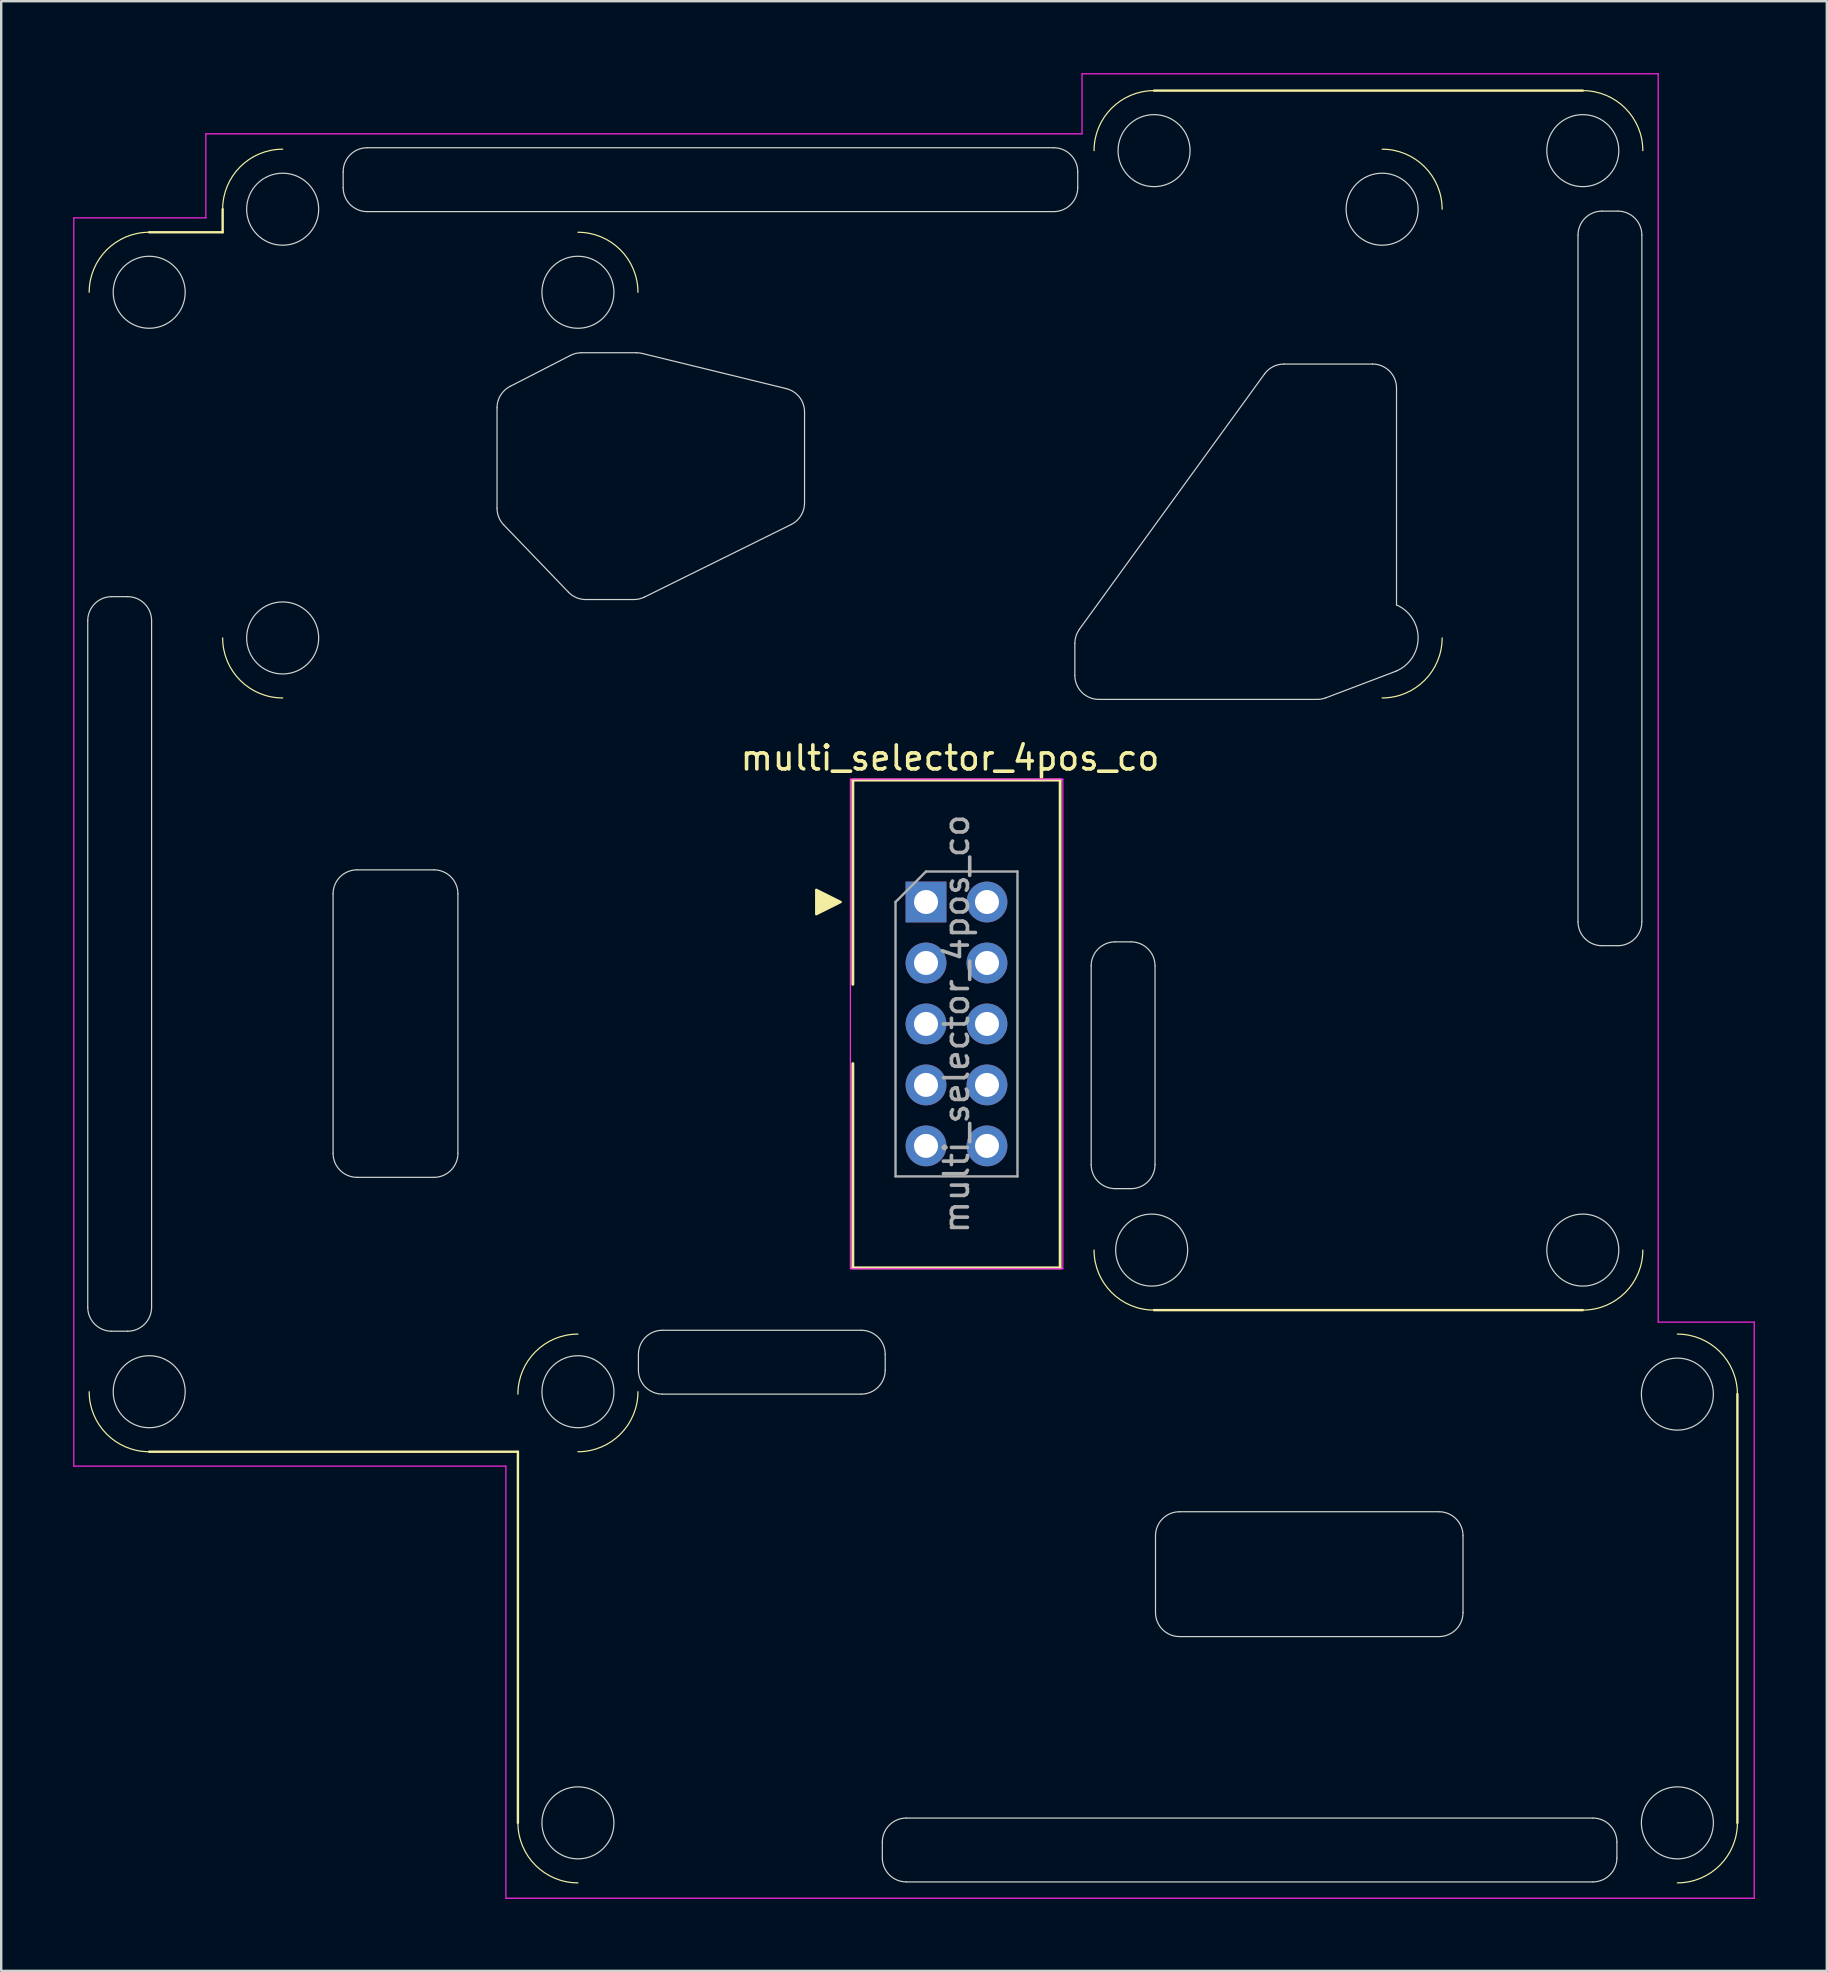
<source format=kicad_pcb>
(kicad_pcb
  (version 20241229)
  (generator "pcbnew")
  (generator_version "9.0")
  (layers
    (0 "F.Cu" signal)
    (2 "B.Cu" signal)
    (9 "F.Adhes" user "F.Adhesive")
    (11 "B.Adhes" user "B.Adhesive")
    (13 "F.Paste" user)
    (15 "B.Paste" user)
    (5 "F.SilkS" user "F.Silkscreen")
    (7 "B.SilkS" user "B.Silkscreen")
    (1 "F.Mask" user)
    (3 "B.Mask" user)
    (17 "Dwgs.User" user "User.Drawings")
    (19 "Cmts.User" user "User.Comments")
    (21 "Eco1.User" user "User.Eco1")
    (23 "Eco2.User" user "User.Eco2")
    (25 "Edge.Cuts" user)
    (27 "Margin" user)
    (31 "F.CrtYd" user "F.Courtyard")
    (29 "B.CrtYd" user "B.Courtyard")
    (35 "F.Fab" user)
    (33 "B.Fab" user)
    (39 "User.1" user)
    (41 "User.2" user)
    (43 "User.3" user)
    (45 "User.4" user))
  (footprint "multi_selector_4pos_co"
    (layer "F.Cu")
    (at 35.525 34.525)
    (property "Reference" "multi_selector_4pos_co" (at 1 -6 0) (layer "F.SilkS") (effects (font (size 1 1) (thickness 0.15))))
    (attr through_hole)
    (fp_line (start -32.36 -27.9) (end -29.3 -27.9) (stroke (width 0.1) (type default)) (layer "F.SilkS"))
    (fp_line (start -32.36 22.9) (end -17 22.9) (stroke (width 0.1) (type default)) (layer "F.SilkS"))
    (fp_line (start -29.3 -27.9) (end -29.3 -28.86) (stroke (width 0.1) (type default)) (layer "F.SilkS"))
    (fp_line (start -17 22.9) (end -17 38.36) (stroke (width 0.1) (type default)) (layer "F.SilkS"))
    (fp_line (start -3.048 -5.08) (end 5.588 -5.08) (stroke (width 0.12) (type solid)) (layer "F.SilkS"))
    (fp_line (start -3.048 3.429) (end -3.048 -5.08) (stroke (width 0.12) (type solid)) (layer "F.SilkS"))
    (fp_line (start -3.048 6.731) (end -3.048 15.24) (stroke (width 0.12) (type solid)) (layer "F.SilkS"))
    (fp_line (start -3.048 15.24) (end 5.588 15.24) (stroke (width 0.12) (type solid)) (layer "F.SilkS"))
    (fp_line (start 5.588 -5.08) (end 5.588 15.24) (stroke (width 0.12) (type solid)) (layer "F.SilkS"))
    (fp_line (start 9.5 -33.8) (end 27.36 -33.8) (stroke (width 0.1) (type default)) (layer "F.SilkS"))
    (fp_line (start 9.5 17) (end 27.36 17) (stroke (width 0.1) (type default)) (layer "F.SilkS"))
    (fp_line (start 33.8 20.5) (end 33.8 38.36) (stroke (width 0.1) (type default)) (layer "F.SilkS"))
    (fp_arc (start -34.86 -25.4) (mid -34.127767 -27.167767) (end -32.36 -27.9) (stroke (width 0.05) (type solid)) (layer "F.SilkS"))
    (fp_arc (start -32.36 22.9) (mid -34.127767 22.167767) (end -34.86 20.4) (stroke (width 0.05) (type solid)) (layer "F.SilkS"))
    (fp_arc (start -29.3 -28.86) (mid -28.567767 -30.627767) (end -26.8 -31.36) (stroke (width 0.05) (type solid)) (layer "F.SilkS"))
    (fp_arc (start -26.8 -8.5) (mid -28.567767 -9.232233) (end -29.3 -11) (stroke (width 0.05) (type solid)) (layer "F.SilkS"))
    (fp_arc (start -17 20.5) (mid -16.267767 18.732233) (end -14.5 18) (stroke (width 0.05) (type solid)) (layer "F.SilkS"))
    (fp_arc (start -14.5 -27.9) (mid -12.732233 -27.167767) (end -12 -25.4) (stroke (width 0.05) (type solid)) (layer "F.SilkS"))
    (fp_arc (start -14.5 40.86) (mid -16.267767 40.127767) (end -17 38.36) (stroke (width 0.05) (type solid)) (layer "F.SilkS"))
    (fp_arc (start -12 20.4) (mid -12.732233 22.167767) (end -14.5 22.9) (stroke (width 0.05) (type solid)) (layer "F.SilkS"))
    (fp_arc (start 7 -31.3) (mid 7.732233 -33.067767) (end 9.5 -33.8) (stroke (width 0.05) (type solid)) (layer "F.SilkS"))
    (fp_arc (start 9.5 17) (mid 7.732233 16.267767) (end 7 14.5) (stroke (width 0.05) (type solid)) (layer "F.SilkS"))
    (fp_arc (start 19 -31.36) (mid 20.767767 -30.627767) (end 21.5 -28.86) (stroke (width 0.05) (type solid)) (layer "F.SilkS"))
    (fp_arc (start 21.5 -11) (mid 20.767767 -9.232233) (end 19 -8.5) (stroke (width 0.05) (type solid)) (layer "F.SilkS"))
    (fp_arc (start 27.36 -33.8) (mid 29.127767 -33.067767) (end 29.86 -31.3) (stroke (width 0.05) (type solid)) (layer "F.SilkS"))
    (fp_arc (start 29.86 14.5) (mid 29.127767 16.267767) (end 27.36 17) (stroke (width 0.05) (type solid)) (layer "F.SilkS"))
    (fp_arc (start 31.3 18) (mid 33.067767 18.732233) (end 33.8 20.5) (stroke (width 0.05) (type solid)) (layer "F.SilkS"))
    (fp_arc (start 33.8 38.36) (mid 33.067767 40.127767) (end 31.3 40.86) (stroke (width 0.05) (type solid)) (layer "F.SilkS"))
    (fp_poly (pts (xy -3.556 0) (xy -4.572 -0.508) (xy -4.572 0.508)) (stroke (width 0.1) (type solid)) (fill yes) (layer "F.SilkS"))
    (fp_line (start -34.92 16.88) (end -34.92 -11.72) (stroke (width 0.05) (type default)) (layer "Edge.Cuts"))
    (fp_line (start -33.92 -12.72) (end -33.26 -12.72) (stroke (width 0.05) (type default)) (layer "Edge.Cuts"))
    (fp_line (start -33.26 17.88) (end -33.92 17.88) (stroke (width 0.05) (type default)) (layer "Edge.Cuts"))
    (fp_line (start -32.26 -11.72) (end -32.26 16.88) (stroke (width 0.05) (type default)) (layer "Edge.Cuts"))
    (fp_line (start -24.7 10.47) (end -24.7 -0.34) (stroke (width 0.05) (type default)) (layer "Edge.Cuts"))
    (fp_line (start -24.28 -29.76) (end -24.28 -30.42) (stroke (width 0.05) (type default)) (layer "Edge.Cuts"))
    (fp_line (start -23.7 -1.34) (end -20.5 -1.34) (stroke (width 0.05) (type default)) (layer "Edge.Cuts"))
    (fp_line (start -23.28 -31.42) (end 5.32 -31.42) (stroke (width 0.05) (type default)) (layer "Edge.Cuts"))
    (fp_line (start -20.5 11.47) (end -23.7 11.47) (stroke (width 0.05) (type default)) (layer "Edge.Cuts"))
    (fp_line (start -19.5 -0.34) (end -19.5 10.47) (stroke (width 0.05) (type default)) (layer "Edge.Cuts"))
    (fp_line (start -17.87 -16.403) (end -17.87 -20.59) (stroke (width 0.05) (type default)) (layer "Edge.Cuts"))
    (fp_line (start -17.591 -15.71) (end -14.895 -12.907) (stroke (width 0.05) (type default)) (layer "Edge.Cuts"))
    (fp_line (start -17.327 -21.479) (end -14.815 -22.769) (stroke (width 0.05) (type default)) (layer "Edge.Cuts"))
    (fp_line (start -14.358 -22.88) (end -12.06 -22.88) (stroke (width 0.05) (type default)) (layer "Edge.Cuts"))
    (fp_line (start -12.174 -12.6) (end -14.174 -12.6) (stroke (width 0.05) (type default)) (layer "Edge.Cuts"))
    (fp_line (start -11.98 19.5) (end -11.98 18.84) (stroke (width 0.05) (type default)) (layer "Edge.Cuts"))
    (fp_line (start -11.823 -22.851) (end -5.823 -21.386) (stroke (width 0.05) (type default)) (layer "Edge.Cuts"))
    (fp_line (start -11.731 -12.703) (end -5.617 -15.725) (stroke (width 0.05) (type default)) (layer "Edge.Cuts"))
    (fp_line (start -10.98 17.84) (end -2.7 17.84) (stroke (width 0.05) (type default)) (layer "Edge.Cuts"))
    (fp_line (start -5.06 -20.415) (end -5.06 -16.621) (stroke (width 0.05) (type default)) (layer "Edge.Cuts"))
    (fp_line (start -2.7 20.5) (end -10.98 20.5) (stroke (width 0.05) (type default)) (layer "Edge.Cuts"))
    (fp_line (start -1.82 39.82) (end -1.82 39.16) (stroke (width 0.05) (type default)) (layer "Edge.Cuts"))
    (fp_line (start -1.7 18.84) (end -1.7 19.5) (stroke (width 0.05) (type default)) (layer "Edge.Cuts"))
    (fp_line (start -0.82 38.16) (end 27.78 38.16) (stroke (width 0.05) (type default)) (layer "Edge.Cuts"))
    (fp_line (start 5.32 -28.76) (end -23.28 -28.76) (stroke (width 0.05) (type default)) (layer "Edge.Cuts"))
    (fp_line (start 6.2 -9.44) (end 6.2 -10.776) (stroke (width 0.05) (type default)) (layer "Edge.Cuts"))
    (fp_line (start 6.32 -30.42) (end 6.32 -29.76) (stroke (width 0.05) (type default)) (layer "Edge.Cuts"))
    (fp_line (start 6.88 10.94) (end 6.88 2.66) (stroke (width 0.05) (type default)) (layer "Edge.Cuts"))
    (fp_line (start 7.88 1.66) (end 8.54 1.66) (stroke (width 0.05) (type default)) (layer "Edge.Cuts"))
    (fp_line (start 8.54 11.94) (end 7.88 11.94) (stroke (width 0.05) (type default)) (layer "Edge.Cuts"))
    (fp_line (start 9.54 2.66) (end 9.54 10.94) (stroke (width 0.05) (type default)) (layer "Edge.Cuts"))
    (fp_line (start 9.56 29.6) (end 9.56 26.4) (stroke (width 0.05) (type default)) (layer "Edge.Cuts"))
    (fp_line (start 10.56 25.4) (end 21.37 25.4) (stroke (width 0.05) (type default)) (layer "Edge.Cuts"))
    (fp_line (start 14.101 -21.997) (end 6.39 -11.363) (stroke (width 0.05) (type default)) (layer "Edge.Cuts"))
    (fp_line (start 14.91 -22.41) (end 18.6 -22.41) (stroke (width 0.05) (type default)) (layer "Edge.Cuts"))
    (fp_line (start 16.297 -8.44) (end 7.2 -8.44) (stroke (width 0.05) (type default)) (layer "Edge.Cuts"))
    (fp_line (start 16.652 -8.505) (end 19.591 -9.621) (stroke (width 0.05) (type default)) (layer "Edge.Cuts"))
    (fp_line (start 19.6 -21.41) (end 19.6 -12.375) (stroke (width 0.05) (type default)) (layer "Edge.Cuts"))
    (fp_line (start 21.37 30.6) (end 10.56 30.6) (stroke (width 0.05) (type default)) (layer "Edge.Cuts"))
    (fp_line (start 22.37 26.4) (end 22.37 29.6) (stroke (width 0.05) (type default)) (layer "Edge.Cuts"))
    (fp_line (start 27.16 0.82) (end 27.16 -27.78) (stroke (width 0.05) (type default)) (layer "Edge.Cuts"))
    (fp_line (start 27.78 40.82) (end -0.82 40.82) (stroke (width 0.05) (type default)) (layer "Edge.Cuts"))
    (fp_line (start 28.16 -28.78) (end 28.82 -28.78) (stroke (width 0.05) (type default)) (layer "Edge.Cuts"))
    (fp_line (start 28.78 39.16) (end 28.78 39.82) (stroke (width 0.05) (type default)) (layer "Edge.Cuts"))
    (fp_line (start 28.82 1.82) (end 28.16 1.82) (stroke (width 0.05) (type default)) (layer "Edge.Cuts"))
    (fp_line (start 29.82 -27.78) (end 29.82 0.82) (stroke (width 0.05) (type default)) (layer "Edge.Cuts"))
    (fp_arc (start -34.92 -11.72) (mid -34.627107 -12.427107) (end -33.92 -12.72) (stroke (width 0.05) (type default)) (layer "Edge.Cuts"))
    (fp_arc (start -33.92 17.88) (mid -34.627107 17.587107) (end -34.92 16.88) (stroke (width 0.05) (type default)) (layer "Edge.Cuts"))
    (fp_arc (start -33.26 -12.72) (mid -32.552893 -12.427107) (end -32.26 -11.72) (stroke (width 0.05) (type default)) (layer "Edge.Cuts"))
    (fp_arc (start -32.26 16.88) (mid -32.552893 17.587107) (end -33.26 17.88) (stroke (width 0.05) (type default)) (layer "Edge.Cuts"))
    (fp_arc (start -24.7 -0.34) (mid -24.407107 -1.047107) (end -23.7 -1.34) (stroke (width 0.05) (type default)) (layer "Edge.Cuts"))
    (fp_arc (start -24.28 -30.42) (mid -23.987107 -31.127107) (end -23.28 -31.42) (stroke (width 0.05) (type default)) (layer "Edge.Cuts"))
    (fp_arc (start -23.7 11.47) (mid -24.407107 11.177107) (end -24.7 10.47) (stroke (width 0.05) (type default)) (layer "Edge.Cuts"))
    (fp_arc (start -23.28 -28.76) (mid -23.987107 -29.052893) (end -24.28 -29.76) (stroke (width 0.05) (type default)) (layer "Edge.Cuts"))
    (fp_arc (start -20.5 -1.34) (mid -19.792893 -1.047107) (end -19.5 -0.34) (stroke (width 0.05) (type default)) (layer "Edge.Cuts"))
    (fp_arc (start -19.5 10.47) (mid -19.792893 11.177107) (end -20.5 11.47) (stroke (width 0.05) (type default)) (layer "Edge.Cuts"))
    (fp_arc (start -17.87 -20.589506) (mid -17.723516 -21.110573) (end -17.326979 -21.478983) (stroke (width 0.05) (type default)) (layer "Edge.Cuts"))
    (fp_arc (start -17.590751 -15.70965) (mid -17.797564 -16.02918) (end -17.87 -16.402843) (stroke (width 0.05) (type default)) (layer "Edge.Cuts"))
    (fp_arc (start -14.815124 -22.769477) (mid -14.593222 -22.851977) (end -14.358145 -22.88) (stroke (width 0.05) (type default)) (layer "Edge.Cuts"))
    (fp_arc (start -14.174324 -12.6) (mid -14.565992 -12.679893) (end -14.895076 -12.906807) (stroke (width 0.05) (type default)) (layer "Edge.Cuts"))
    (fp_arc (start -12.060325 -22.88) (mid -11.940861 -22.872839) (end -11.823109 -22.851457) (stroke (width 0.05) (type default)) (layer "Edge.Cuts"))
    (fp_arc (start -11.98 18.84) (mid -11.687107 18.132893) (end -10.98 17.84) (stroke (width 0.05) (type default)) (layer "Edge.Cuts"))
    (fp_arc (start -11.730569 -12.703498) (mid -11.946124 -12.626218) (end -12.173608 -12.6) (stroke (width 0.05) (type default)) (layer "Edge.Cuts"))
    (fp_arc (start -10.98 20.5) (mid -11.687107 20.207107) (end -11.98 19.5) (stroke (width 0.05) (type default)) (layer "Edge.Cuts"))
    (fp_arc (start -5.822784 -21.386261) (mid -5.273484 -21.032373) (end -5.06 -20.414804) (stroke (width 0.05) (type default)) (layer "Edge.Cuts"))
    (fp_arc (start -5.06 -16.62126) (mid -5.210577 -16.093548) (end -5.616961 -15.724758) (stroke (width 0.05) (type default)) (layer "Edge.Cuts"))
    (fp_arc (start -2.7 17.84) (mid -1.992893 18.132893) (end -1.7 18.84) (stroke (width 0.05) (type default)) (layer "Edge.Cuts"))
    (fp_arc (start -1.82 39.16) (mid -1.527107 38.452893) (end -0.82 38.16) (stroke (width 0.05) (type default)) (layer "Edge.Cuts"))
    (fp_arc (start -1.7 19.5) (mid -1.992893 20.207107) (end -2.7 20.5) (stroke (width 0.05) (type default)) (layer "Edge.Cuts"))
    (fp_arc (start -0.82 40.82) (mid -1.527107 40.527107) (end -1.82 39.82) (stroke (width 0.05) (type default)) (layer "Edge.Cuts"))
    (fp_arc (start 5.32 -31.42) (mid 6.027107 -31.127107) (end 6.32 -30.42) (stroke (width 0.05) (type default)) (layer "Edge.Cuts"))
    (fp_arc (start 6.2 -10.775631) (mid 6.24879 -11.084174) (end 6.390398 -11.36261) (stroke (width 0.05) (type default)) (layer "Edge.Cuts"))
    (fp_arc (start 6.32 -29.76) (mid 6.027107 -29.052893) (end 5.32 -28.76) (stroke (width 0.05) (type default)) (layer "Edge.Cuts"))
    (fp_arc (start 6.88 2.66) (mid 7.172893 1.952893) (end 7.88 1.66) (stroke (width 0.05) (type default)) (layer "Edge.Cuts"))
    (fp_arc (start 7.2 -8.44) (mid 6.492893 -8.732893) (end 6.2 -9.44) (stroke (width 0.05) (type default)) (layer "Edge.Cuts"))
    (fp_arc (start 7.88 11.94) (mid 7.172893 11.647107) (end 6.88 10.94) (stroke (width 0.05) (type default)) (layer "Edge.Cuts"))
    (fp_arc (start 8.54 1.66) (mid 9.247107 1.952893) (end 9.54 2.66) (stroke (width 0.05) (type default)) (layer "Edge.Cuts"))
    (fp_arc (start 9.54 10.94) (mid 9.247107 11.647107) (end 8.54 11.94) (stroke (width 0.05) (type default)) (layer "Edge.Cuts"))
    (fp_arc (start 9.56 26.4) (mid 9.852893 25.692893) (end 10.56 25.4) (stroke (width 0.05) (type default)) (layer "Edge.Cuts"))
    (fp_arc (start 10.56 30.6) (mid 9.852893 30.307107) (end 9.56 29.6) (stroke (width 0.05) (type default)) (layer "Edge.Cuts"))
    (fp_arc (start 14.100551 -21.996979) (mid 14.455715 -22.300797) (end 14.910153 -22.41) (stroke (width 0.05) (type default)) (layer "Edge.Cuts"))
    (fp_arc (start 16.651522 -8.505132) (mid 16.476988 -8.456413) (end 16.296528 -8.44) (stroke (width 0.05) (type default)) (layer "Edge.Cuts"))
    (fp_arc (start 18.6 -22.41) (mid 19.307107 -22.117107) (end 19.6 -21.41) (stroke (width 0.05) (type default)) (layer "Edge.Cuts"))
    (fp_arc (start 19.600001 -12.374772) (mid 20.499992 -10.995033) (end 19.590883 -9.621284) (stroke (width 0.05) (type default)) (layer "Edge.Cuts"))
    (fp_arc (start 21.37 25.4) (mid 22.077107 25.692893) (end 22.37 26.4) (stroke (width 0.05) (type default)) (layer "Edge.Cuts"))
    (fp_arc (start 22.37 29.6) (mid 22.077107 30.307107) (end 21.37 30.6) (stroke (width 0.05) (type default)) (layer "Edge.Cuts"))
    (fp_arc (start 27.16 -27.78) (mid 27.452893 -28.487107) (end 28.16 -28.78) (stroke (width 0.05) (type default)) (layer "Edge.Cuts"))
    (fp_arc (start 27.78 38.16) (mid 28.487107 38.452893) (end 28.78 39.16) (stroke (width 0.05) (type default)) (layer "Edge.Cuts"))
    (fp_arc (start 28.16 1.82) (mid 27.452893 1.527107) (end 27.16 0.82) (stroke (width 0.05) (type default)) (layer "Edge.Cuts"))
    (fp_arc (start 28.78 39.82) (mid 28.487107 40.527107) (end 27.78 40.82) (stroke (width 0.05) (type default)) (layer "Edge.Cuts"))
    (fp_arc (start 28.82 -28.78) (mid 29.527107 -28.487107) (end 29.82 -27.78) (stroke (width 0.05) (type default)) (layer "Edge.Cuts"))
    (fp_arc (start 29.82 0.82) (mid 29.527107 1.527107) (end 28.82 1.82) (stroke (width 0.05) (type default)) (layer "Edge.Cuts"))
    (fp_circle (center -32.36 -25.4) (end -30.86 -25.4) (stroke (width 0.05) (type solid)) (fill no) (layer "Edge.Cuts"))
    (fp_circle (center -32.36 20.4) (end -30.86 20.4) (stroke (width 0.05) (type solid)) (fill no) (layer "Edge.Cuts"))
    (fp_circle (center -26.8 -28.86) (end -26.8 -27.36) (stroke (width 0.05) (type solid)) (fill no) (layer "Edge.Cuts"))
    (fp_circle (center -26.8 -11) (end -26.8 -9.5) (stroke (width 0.05) (type solid)) (fill no) (layer "Edge.Cuts"))
    (fp_circle (center -14.5 -25.4) (end -13 -25.4) (stroke (width 0.05) (type solid)) (fill no) (layer "Edge.Cuts"))
    (fp_circle (center -14.5 20.4) (end -13 20.4) (stroke (width 0.05) (type solid)) (fill no) (layer "Edge.Cuts"))
    (fp_circle (center -14.5 38.36) (end -14.5 36.86) (stroke (width 0.05) (type solid)) (fill no) (layer "Edge.Cuts"))
    (fp_circle (center 9.4 14.5) (end 9.4 13) (stroke (width 0.05) (type solid)) (fill no) (layer "Edge.Cuts"))
    (fp_circle (center 9.5 -31.3) (end 8 -31.3) (stroke (width 0.05) (type solid)) (fill no) (layer "Edge.Cuts"))
    (fp_circle (center 19 -28.86) (end 19 -27.36) (stroke (width 0.05) (type solid)) (fill no) (layer "Edge.Cuts"))
    (fp_circle (center 27.36 -31.3) (end 25.86 -31.3) (stroke (width 0.05) (type solid)) (fill no) (layer "Edge.Cuts"))
    (fp_circle (center 27.36 14.5) (end 25.86 14.5) (stroke (width 0.05) (type solid)) (fill no) (layer "Edge.Cuts"))
    (fp_circle (center 31.3 20.5) (end 31.3 19) (stroke (width 0.05) (type solid)) (fill no) (layer "Edge.Cuts"))
    (fp_circle (center 31.3 38.36) (end 31.3 36.86) (stroke (width 0.05) (type solid)) (fill no) (layer "Edge.Cuts"))
    (fp_line (start -35.5 23.5) (end -35.5 -28.5) (stroke (width 0.05) (type default)) (layer "F.CrtYd"))
    (fp_line (start -35.5 23.5) (end -17.5 23.5) (stroke (width 0.05) (type default)) (layer "F.CrtYd"))
    (fp_line (start -30 -32) (end -30 -28.5) (stroke (width 0.05) (type default)) (layer "F.CrtYd"))
    (fp_line (start -30 -32) (end 6.5 -32) (stroke (width 0.05) (type default)) (layer "F.CrtYd"))
    (fp_line (start -30 -28.5) (end -35.5 -28.5) (stroke (width 0.05) (type default)) (layer "F.CrtYd"))
    (fp_line (start -17.5 23.5) (end -17.5 41.5) (stroke (width 0.05) (type default)) (layer "F.CrtYd"))
    (fp_line (start -17.5 41.5) (end 34.5 41.5) (stroke (width 0.05) (type default)) (layer "F.CrtYd"))
    (fp_line (start -3.15 -5.12) (end 5.7 -5.12) (stroke (width 0.05) (type solid)) (layer "F.CrtYd"))
    (fp_line (start -3.15 15.28) (end -3.15 -5.12) (stroke (width 0.05) (type solid)) (layer "F.CrtYd"))
    (fp_line (start -3.15 15.28) (end 5.7 15.28) (stroke (width 0.05) (type solid)) (layer "F.CrtYd"))
    (fp_line (start 5.7 15.28) (end 5.7 -5.12) (stroke (width 0.05) (type solid)) (layer "F.CrtYd"))
    (fp_line (start 6.5 -34.5) (end 6.5 -32) (stroke (width 0.05) (type default)) (layer "F.CrtYd"))
    (fp_line (start 30.5 -34.5) (end 6.5 -34.5) (stroke (width 0.05) (type default)) (layer "F.CrtYd"))
    (fp_line (start 30.5 17.5) (end 30.5 -34.5) (stroke (width 0.05) (type default)) (layer "F.CrtYd"))
    (fp_line (start 34.5 17.5) (end 30.5 17.5) (stroke (width 0.05) (type default)) (layer "F.CrtYd"))
    (fp_line (start 34.5 41.5) (end 34.5 17.5) (stroke (width 0.05) (type default)) (layer "F.CrtYd"))
    (fp_line (start -1.27 0) (end 0 -1.27) (stroke (width 0.1) (type solid)) (layer "F.Fab"))
    (fp_line (start -1.27 11.43) (end -1.27 0) (stroke (width 0.1) (type solid)) (layer "F.Fab"))
    (fp_line (start 0 -1.27) (end 3.81 -1.27) (stroke (width 0.1) (type solid)) (layer "F.Fab"))
    (fp_line (start 3.81 -1.27) (end 3.81 11.43) (stroke (width 0.1) (type solid)) (layer "F.Fab"))
    (fp_line (start 3.81 11.43) (end -1.27 11.43) (stroke (width 0.1) (type solid)) (layer "F.Fab"))
    (fp_text user "${REFERENCE}" (at 1.27 5.08 90) (layer "F.Fab") (effects (font (size 1 1) (thickness 0.15))))
    (pad "1" thru_hole rect (at 0 0) (size 1.7 1.7) (drill 1) (layers "*.Cu" "*.Mask"))
    (pad "2" thru_hole circle (at 2.54 0) (size 1.7 1.7) (drill 1) (layers "*.Cu" "*.Mask"))
    (pad "3" thru_hole circle (at 0 2.54) (size 1.7 1.7) (drill 1) (layers "*.Cu" "*.Mask"))
    (pad "4" thru_hole circle (at 2.54 2.54) (size 1.7 1.7) (drill 1) (layers "*.Cu" "*.Mask"))
    (pad "5" thru_hole circle (at 0 5.08) (size 1.7 1.7) (drill 1) (layers "*.Cu" "*.Mask"))
    (pad "6" thru_hole circle (at 2.54 5.08) (size 1.7 1.7) (drill 1) (layers "*.Cu" "*.Mask"))
    (pad "7" thru_hole circle (at 0 7.62) (size 1.7 1.7) (drill 1) (layers "*.Cu" "*.Mask"))
    (pad "8" thru_hole circle (at 2.54 7.62) (size 1.7 1.7) (drill 1) (layers "*.Cu" "*.Mask"))
    (pad "9" thru_hole circle (at 0 10.16) (size 1.7 1.7) (drill 1) (layers "*.Cu" "*.Mask"))
    (pad "10" thru_hole circle (at 2.54 10.16) (size 1.7 1.7) (drill 1) (layers "*.Cu" "*.Mask")))
  (gr_rect
    (start -3 -3)
    (end 73.05 79.05)
    (stroke (width 0.1) (type default))
    (fill no)
    (layer "Edge.Cuts")))
</source>
